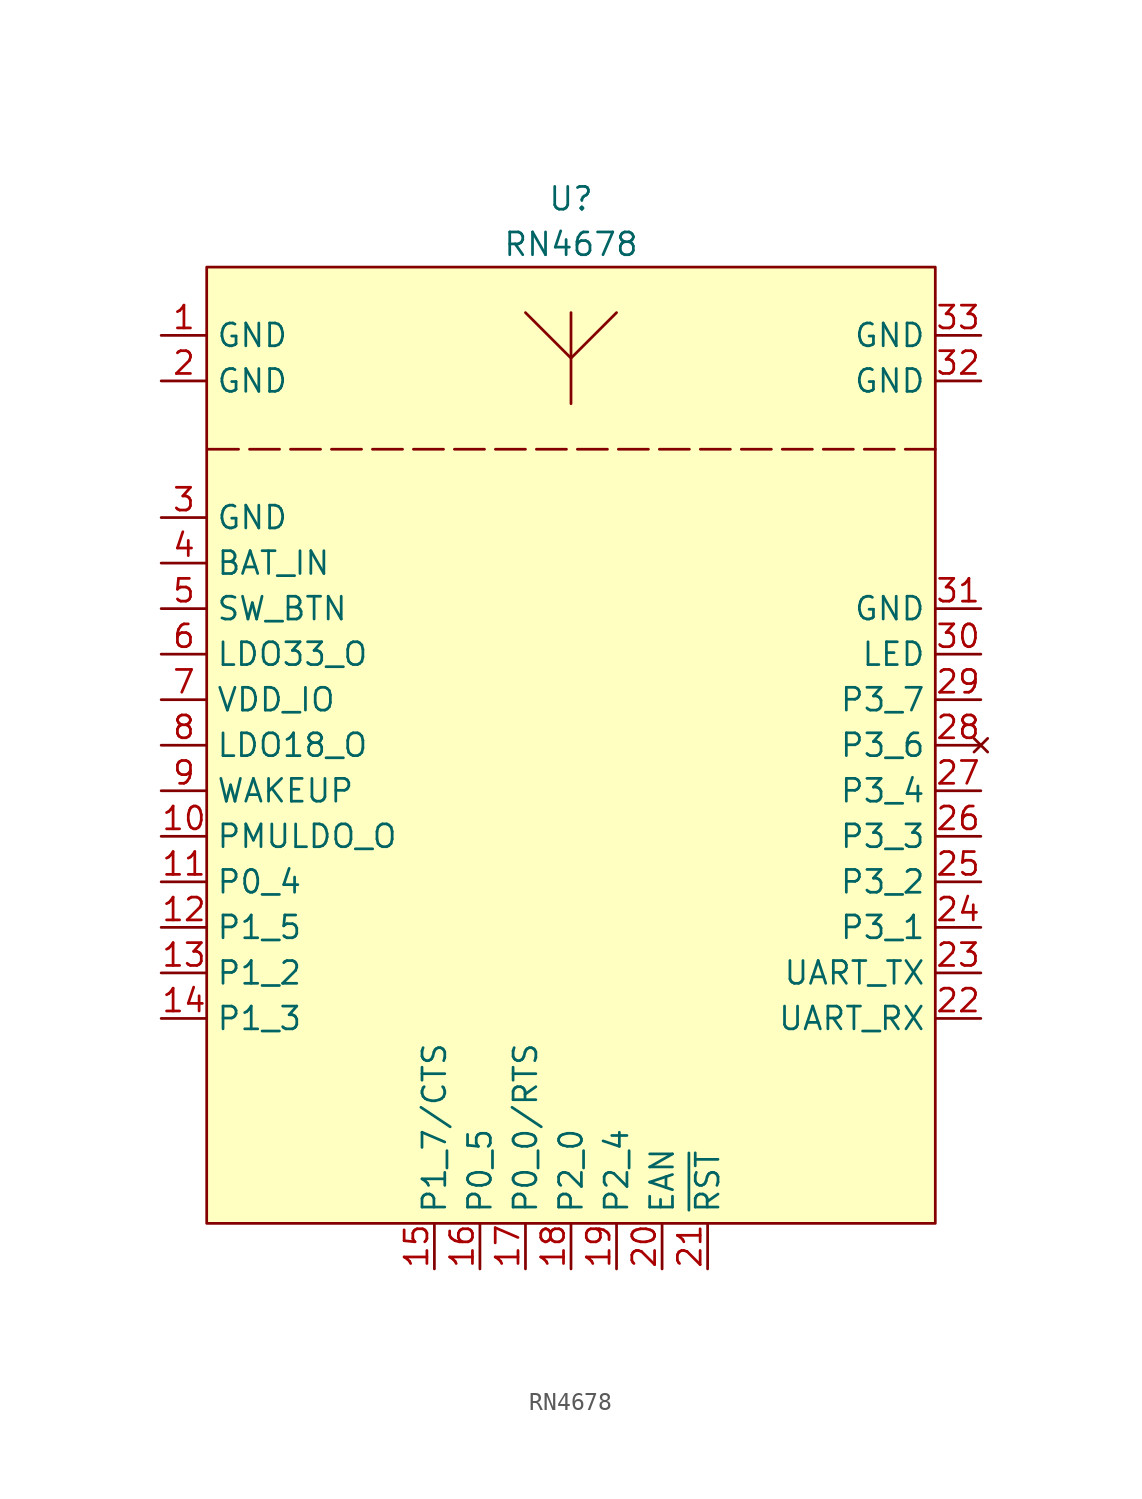
<source format=kicad_sym>
(kicad_symbol_lib
  (version 20220914)
  (generator kicad_symbol_editor)
  (symbol "RN4678"
    (property "Reference" "U"
      (at 0 30.48 0)
      (effects (font (size 1.27 1.27))))
    (property "Value" "RN4678"
      (at 0 27.94 0)
      (effects (font (size 1.27 1.27))))
    (symbol "RN4678_0_1"
      (polyline (pts (xy 0 19.05) (xy 0 24.13)) (stroke (width 0) (type default)) (fill (type none)))
      (polyline (pts (xy 2.54 24.13) (xy 0 21.59) (xy -2.54 24.13)) (stroke (width 0) (type default)) (fill (type none))))
    (symbol "RN4678_1_1"
      (rectangle (start -20.32 26.67) (end 20.32 -26.67) (stroke (width 0) (type default)) (fill (type background)))
      (polyline (pts (xy 20.32 16.51) (xy -20.32 16.51)) (stroke (width 0) (type dash)) (fill (type none)))
      (pin power_in line (at -22.86 22.86 0) (length 2.54) (name "GND" (effects (font (size 1.27 1.27)))) (number "1" (effects (font (size 1.27 1.27)))))
      (pin power_out line (at -22.86 -5.08 0) (length 2.54) (name "PMULDO_O" (effects (font (size 1.27 1.27)))) (number "10" (effects (font (size 1.27 1.27)))))
      (pin output line (at -22.86 -7.62 0) (length 2.54) (name "P0_4" (effects (font (size 1.27 1.27)))) (number "11" (effects (font (size 1.27 1.27)))))
      (pin output line (at -22.86 -10.16 0) (length 2.54) (name "P1_5" (effects (font (size 1.27 1.27)))) (number "12" (effects (font (size 1.27 1.27)))))
      (pin output line (at -22.86 -12.7 0) (length 2.54) (name "P1_2" (effects (font (size 1.27 1.27)))) (number "13" (effects (font (size 1.27 1.27)))))
      (pin bidirectional line (at -22.86 -15.24 0) (length 2.54) (name "P1_3" (effects (font (size 1.27 1.27)))) (number "14" (effects (font (size 1.27 1.27)))))
      (pin bidirectional line (at -7.62 -29.21 90) (length 2.54) (name "P1_7/CTS" (effects (font (size 1.27 1.27)))) (number "15" (effects (font (size 1.27 1.27)))))
      (pin bidirectional line (at -5.08 -29.21 90) (length 2.54) (name "P0_5" (effects (font (size 1.27 1.27)))) (number "16" (effects (font (size 1.27 1.27)))))
      (pin bidirectional line (at -2.54 -29.21 90) (length 2.54) (name "P0_0/RTS" (effects (font (size 1.27 1.27)))) (number "17" (effects (font (size 1.27 1.27)))))
      (pin input line (at 0 -29.21 90) (length 2.54) (name "P2_0" (effects (font (size 1.27 1.27)))) (number "18" (effects (font (size 1.27 1.27)))))
      (pin input line (at 2.54 -29.21 90) (length 2.54) (name "P2_4" (effects (font (size 1.27 1.27)))) (number "19" (effects (font (size 1.27 1.27)))))
      (pin power_in line (at -22.86 20.32 0) (length 2.54) (name "GND" (effects (font (size 1.27 1.27)))) (number "2" (effects (font (size 1.27 1.27)))))
      (pin input line (at 5.08 -29.21 90) (length 2.54) (name "EAN" (effects (font (size 1.27 1.27)))) (number "20" (effects (font (size 1.27 1.27)))))
      (pin input line (at 7.62 -29.21 90) (length 2.54) (name "~{RST}" (effects (font (size 1.27 1.27)))) (number "21" (effects (font (size 1.27 1.27)))))
      (pin input line (at 22.86 -15.24 180) (length 2.54) (name "UART_RX" (effects (font (size 1.27 1.27)))) (number "22" (effects (font (size 1.27 1.27)))))
      (pin output line (at 22.86 -12.7 180) (length 2.54) (name "UART_TX" (effects (font (size 1.27 1.27)))) (number "23" (effects (font (size 1.27 1.27)))))
      (pin bidirectional line (at 22.86 -10.16 180) (length 2.54) (name "P3_1" (effects (font (size 1.27 1.27)))) (number "24" (effects (font (size 1.27 1.27)))))
      (pin bidirectional line (at 22.86 -7.62 180) (length 2.54) (name "P3_2" (effects (font (size 1.27 1.27)))) (number "25" (effects (font (size 1.27 1.27)))))
      (pin bidirectional line (at 22.86 -5.08 180) (length 2.54) (name "P3_3" (effects (font (size 1.27 1.27)))) (number "26" (effects (font (size 1.27 1.27)))))
      (pin bidirectional line (at 22.86 -2.54 180) (length 2.54) (name "P3_4" (effects (font (size 1.27 1.27)))) (number "27" (effects (font (size 1.27 1.27)))))
      (pin no_connect line (at 22.86 0 180) (length 2.54) (name "P3_6" (effects (font (size 1.27 1.27)))) (number "28" (effects (font (size 1.27 1.27)))))
      (pin bidirectional line (at 22.86 2.54 180) (length 2.54) (name "P3_7" (effects (font (size 1.27 1.27)))) (number "29" (effects (font (size 1.27 1.27)))))
      (pin power_in line (at -22.86 12.7 0) (length 2.54) (name "GND" (effects (font (size 1.27 1.27)))) (number "3" (effects (font (size 1.27 1.27)))))
      (pin output line (at 22.86 5.08 180) (length 2.54) (name "LED" (effects (font (size 1.27 1.27)))) (number "30" (effects (font (size 1.27 1.27)))))
      (pin power_in line (at 22.86 7.62 180) (length 2.54) (name "GND" (effects (font (size 1.27 1.27)))) (number "31" (effects (font (size 1.27 1.27)))))
      (pin power_in line (at 22.86 20.32 180) (length 2.54) (name "GND" (effects (font (size 1.27 1.27)))) (number "32" (effects (font (size 1.27 1.27)))))
      (pin power_in line (at 22.86 22.86 180) (length 2.54) (name "GND" (effects (font (size 1.27 1.27)))) (number "33" (effects (font (size 1.27 1.27)))))
      (pin power_in line (at -22.86 10.16 0) (length 2.54) (name "BAT_IN" (effects (font (size 1.27 1.27)))) (number "4" (effects (font (size 1.27 1.27)))))
      (pin input line (at -22.86 7.62 0) (length 2.54) (name "SW_BTN" (effects (font (size 1.27 1.27)))) (number "5" (effects (font (size 1.27 1.27)))))
      (pin power_out line (at -22.86 5.08 0) (length 2.54) (name "LDO33_O" (effects (font (size 1.27 1.27)))) (number "6" (effects (font (size 1.27 1.27)))))
      (pin power_in line (at -22.86 2.54 0) (length 2.54) (name "VDD_IO" (effects (font (size 1.27 1.27)))) (number "7" (effects (font (size 1.27 1.27)))))
      (pin power_out line (at -22.86 0 0) (length 2.54) (name "LDO18_O" (effects (font (size 1.27 1.27)))) (number "8" (effects (font (size 1.27 1.27)))))
      (pin input line (at -22.86 -2.54 0) (length 2.54) (name "WAKEUP" (effects (font (size 1.27 1.27)))) (number "9" (effects (font (size 1.27 1.27))))))))
</source>
